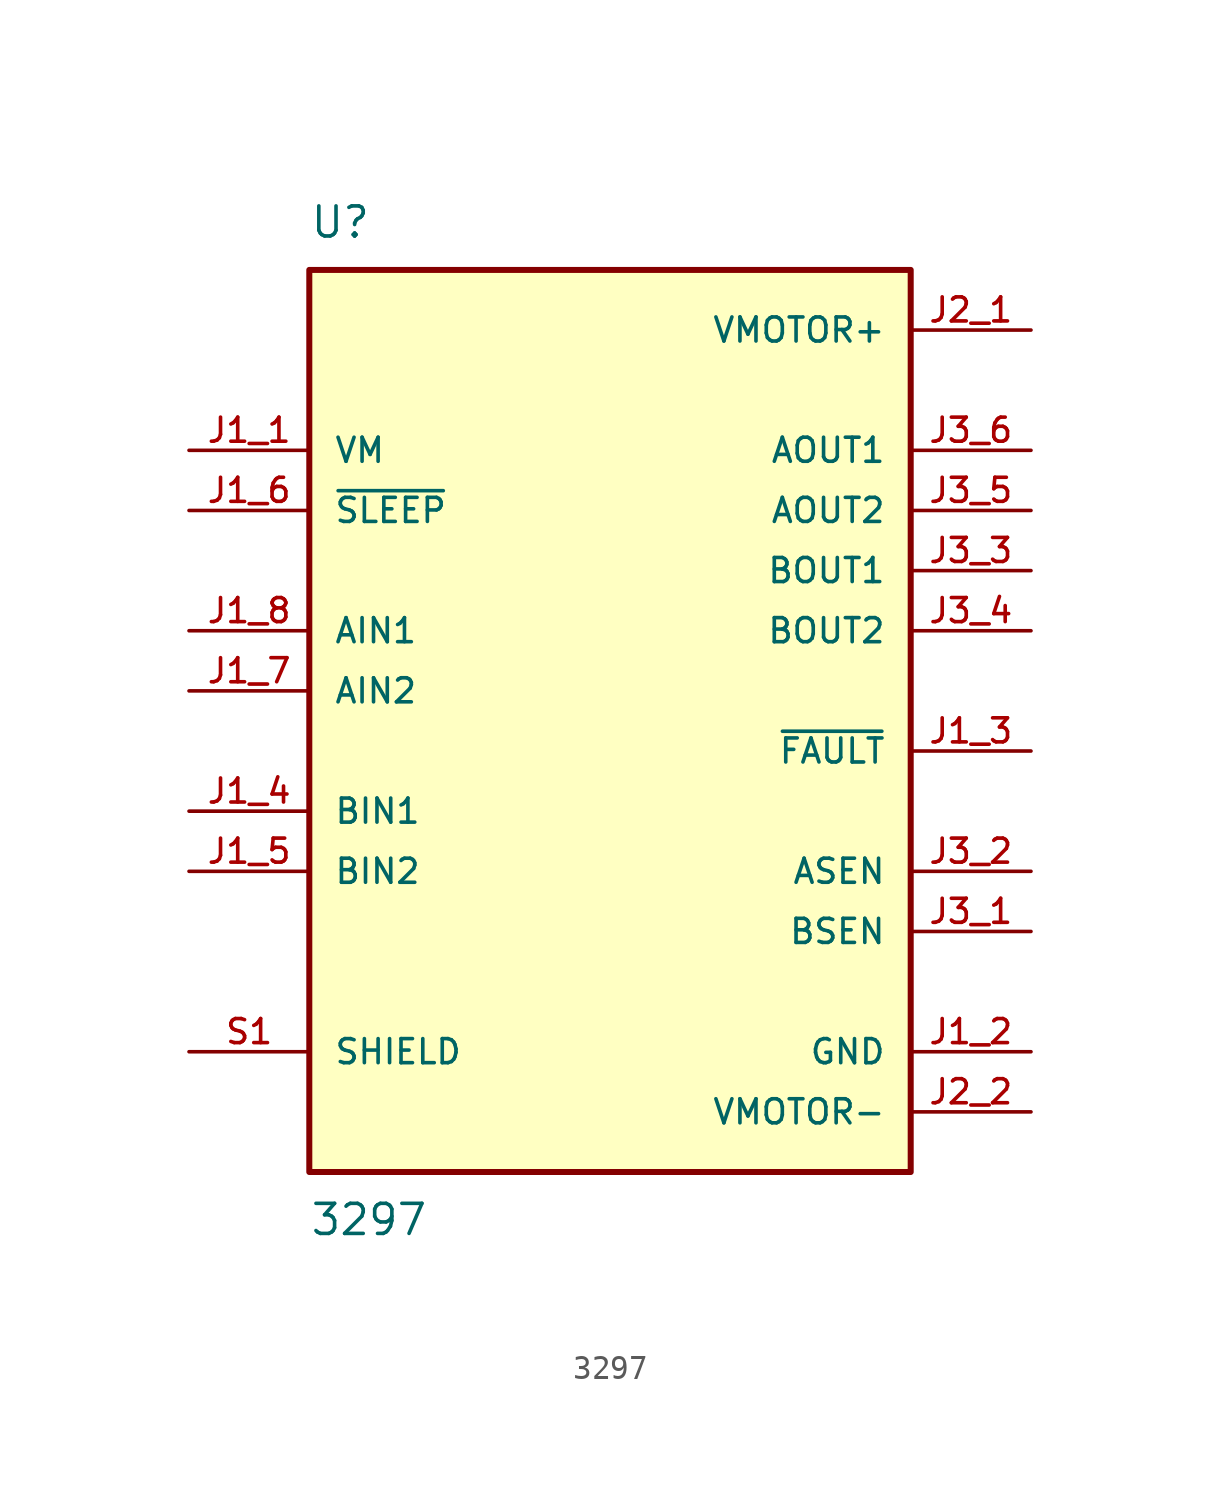
<source format=kicad_sym>
(kicad_symbol_lib
  (version 20211014)
  (generator kicad_symbol_editor)
  (symbol "3297"
    (pin_names
      (offset 1.016))
    (property "Reference" "U"
      (at -12.7 19.05 0)
      (effects (font (size 1.27 1.27)) (justify bottom left)))
    (property "Value" "3297"
      (at -12.7 -21.59 0)
      (effects (font (size 1.27 1.27)) (justify top left)))
    (symbol "3297_0_0"
      (rectangle (start -12.7 -20.32) (end 12.7 17.78) (stroke (width 0.254)) (fill (type background)))
      (pin power_in line (at 17.78 15.24 180.0) (length 5.08) (name "VMOTOR+" (effects (font (size 1.016 1.016)))) (number "J2_1" (effects (font (size 1.016 1.016)))))
      (pin input line (at -17.78 2.54 0) (length 5.08) (name "AIN1" (effects (font (size 1.016 1.016)))) (number "J1_8" (effects (font (size 1.016 1.016)))))
      (pin input line (at -17.78 0.0 0) (length 5.08) (name "AIN2" (effects (font (size 1.016 1.016)))) (number "J1_7" (effects (font (size 1.016 1.016)))))
      (pin input line (at -17.78 -5.08 0) (length 5.08) (name "BIN1" (effects (font (size 1.016 1.016)))) (number "J1_4" (effects (font (size 1.016 1.016)))))
      (pin input line (at -17.78 -7.62 0) (length 5.08) (name "BIN2" (effects (font (size 1.016 1.016)))) (number "J1_5" (effects (font (size 1.016 1.016)))))
      (pin input line (at -17.78 7.62 0) (length 5.08) (name "~{SLEEP}" (effects (font (size 1.016 1.016)))) (number "J1_6" (effects (font (size 1.016 1.016)))))
      (pin input line (at -17.78 10.16 0) (length 5.08) (name "VM" (effects (font (size 1.016 1.016)))) (number "J1_1" (effects (font (size 1.016 1.016)))))
      (pin passive line (at 17.78 -7.62 180.0) (length 5.08) (name "ASEN" (effects (font (size 1.016 1.016)))) (number "J3_2" (effects (font (size 1.016 1.016)))))
      (pin passive line (at 17.78 -10.16 180.0) (length 5.08) (name "BSEN" (effects (font (size 1.016 1.016)))) (number "J3_1" (effects (font (size 1.016 1.016)))))
      (pin passive line (at -17.78 -15.24 0) (length 5.08) (name "SHIELD" (effects (font (size 1.016 1.016)))) (number "S1" (effects (font (size 1.016 1.016)))))
      (pin passive line (at -17.78 -15.24 0) (length 5.08) hide (name "SHIELD" (effects (font (size 1.016 1.016)))) (number "S2" (effects (font (size 1.016 1.016)))))
      (pin output line (at 17.78 10.16 180.0) (length 5.08) (name "AOUT1" (effects (font (size 1.016 1.016)))) (number "J3_6" (effects (font (size 1.016 1.016)))))
      (pin output line (at 17.78 5.08 180.0) (length 5.08) (name "BOUT1" (effects (font (size 1.016 1.016)))) (number "J3_3" (effects (font (size 1.016 1.016)))))
      (pin output line (at 17.78 -2.54 180.0) (length 5.08) (name "~{FAULT}" (effects (font (size 1.016 1.016)))) (number "J1_3" (effects (font (size 1.016 1.016)))))
      (pin power_in line (at 17.78 -15.24 180.0) (length 5.08) (name "GND" (effects (font (size 1.016 1.016)))) (number "J1_2" (effects (font (size 1.016 1.016)))))
      (pin power_in line (at 17.78 -17.78 180.0) (length 5.08) (name "VMOTOR-" (effects (font (size 1.016 1.016)))) (number "J2_2" (effects (font (size 1.016 1.016)))))
      (pin output line (at 17.78 7.62 180.0) (length 5.08) (name "AOUT2" (effects (font (size 1.016 1.016)))) (number "J3_5" (effects (font (size 1.016 1.016)))))
      (pin output line (at 17.78 2.54 180.0) (length 5.08) (name "BOUT2" (effects (font (size 1.016 1.016)))) (number "J3_4" (effects (font (size 1.016 1.016))))))))
</source>
